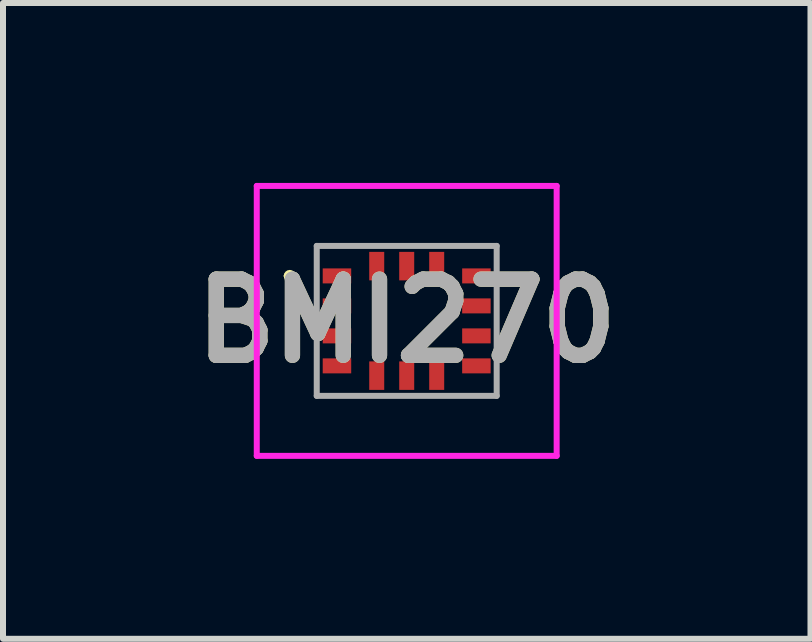
<source format=kicad_pcb>
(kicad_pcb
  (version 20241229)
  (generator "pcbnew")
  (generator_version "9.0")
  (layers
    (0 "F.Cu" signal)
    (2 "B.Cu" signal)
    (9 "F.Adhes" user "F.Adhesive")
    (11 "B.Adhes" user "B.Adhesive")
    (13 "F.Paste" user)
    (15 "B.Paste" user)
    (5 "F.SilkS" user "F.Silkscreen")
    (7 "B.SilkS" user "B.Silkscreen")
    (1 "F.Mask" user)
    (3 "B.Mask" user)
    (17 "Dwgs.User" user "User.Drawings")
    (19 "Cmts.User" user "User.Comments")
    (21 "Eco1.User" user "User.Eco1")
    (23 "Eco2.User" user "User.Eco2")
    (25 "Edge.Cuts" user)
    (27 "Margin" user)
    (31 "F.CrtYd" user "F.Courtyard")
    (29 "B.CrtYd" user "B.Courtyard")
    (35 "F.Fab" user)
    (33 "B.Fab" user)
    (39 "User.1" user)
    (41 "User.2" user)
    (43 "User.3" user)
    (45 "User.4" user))
  (footprint "BMI270"
    (layer "F.Cu")
    (at 3.731 2.3)
    (property "Reference" "BMI270" (at 0 0 0) (layer "F.SilkS") (effects (font (size 1.27 1.27) (thickness 0.254))))
    (attr smd)
    (fp_line (start -2 -0.75) (end -2 -0.75) (stroke (width 0.1) (type solid)) (layer "F.SilkS"))
    (fp_line (start -1.9 -0.75) (end -1.9 -0.75) (stroke (width 0.1) (type solid)) (layer "F.SilkS"))
    (fp_arc (start -2 -0.75) (mid -1.95 -0.8) (end -1.9 -0.75) (stroke (width 0.1) (type solid)) (layer "F.SilkS"))
    (fp_arc (start -1.9 -0.75) (mid -1.95 -0.7) (end -2 -0.75) (stroke (width 0.1) (type solid)) (layer "F.SilkS"))
    (fp_line (start -2.5 -2.25) (end 2.5 -2.25) (stroke (width 0.1) (type solid)) (layer "F.CrtYd"))
    (fp_line (start -2.5 2.25) (end -2.5 -2.25) (stroke (width 0.1) (type solid)) (layer "F.CrtYd"))
    (fp_line (start 2.5 -2.25) (end 2.5 2.25) (stroke (width 0.1) (type solid)) (layer "F.CrtYd"))
    (fp_line (start 2.5 2.25) (end -2.5 2.25) (stroke (width 0.1) (type solid)) (layer "F.CrtYd"))
    (fp_line (start -1.5 -1.25) (end 1.5 -1.25) (stroke (width 0.1) (type solid)) (layer "F.Fab"))
    (fp_line (start -1.5 1.25) (end -1.5 -1.25) (stroke (width 0.1) (type solid)) (layer "F.Fab"))
    (fp_line (start 1.5 -1.25) (end 1.5 1.25) (stroke (width 0.1) (type solid)) (layer "F.Fab"))
    (fp_line (start 1.5 1.25) (end -1.5 1.25) (stroke (width 0.1) (type solid)) (layer "F.Fab"))
    (fp_text user "${REFERENCE}" (at 0 0 0) (layer "F.Fab") (effects (font (size 1.27 1.27) (thickness 0.254))))
    (pad "1" smd rect (at -1.163 -0.75 90) (size 0.25 0.475) (layers "F.Cu" "F.Mask" "F.Paste"))
    (pad "2" smd rect (at -1.163 -0.25 90) (size 0.25 0.475) (layers "F.Cu" "F.Mask" "F.Paste"))
    (pad "3" smd rect (at -1.163 0.25 90) (size 0.25 0.475) (layers "F.Cu" "F.Mask" "F.Paste"))
    (pad "4" smd rect (at -1.163 0.75 90) (size 0.25 0.475) (layers "F.Cu" "F.Mask" "F.Paste"))
    (pad "5" smd rect (at -0.5 0.913) (size 0.25 0.475) (layers "F.Cu" "F.Mask" "F.Paste"))
    (pad "6" smd rect (at 0 0.913) (size 0.25 0.475) (layers "F.Cu" "F.Mask" "F.Paste"))
    (pad "7" smd rect (at 0.5 0.913) (size 0.25 0.475) (layers "F.Cu" "F.Mask" "F.Paste"))
    (pad "8" smd rect (at 1.162 0.75 90) (size 0.25 0.475) (layers "F.Cu" "F.Mask" "F.Paste"))
    (pad "9" smd rect (at 1.162 0.25 90) (size 0.25 0.475) (layers "F.Cu" "F.Mask" "F.Paste"))
    (pad "10" smd rect (at 1.162 -0.25 90) (size 0.25 0.475) (layers "F.Cu" "F.Mask" "F.Paste"))
    (pad "11" smd rect (at 1.162 -0.75 90) (size 0.25 0.475) (layers "F.Cu" "F.Mask" "F.Paste"))
    (pad "12" smd rect (at 0.5 -0.913) (size 0.25 0.475) (layers "F.Cu" "F.Mask" "F.Paste"))
    (pad "13" smd rect (at 0 -0.913) (size 0.25 0.475) (layers "F.Cu" "F.Mask" "F.Paste"))
    (pad "14" smd rect (at -0.5 -0.913) (size 0.25 0.475) (layers "F.Cu" "F.Mask" "F.Paste")))
  (gr_rect
    (start -3 -3)
    (end 10.463 7.6)
    (stroke (width 0.1) (type default))
    (fill no)
    (layer "Edge.Cuts")))
</source>
